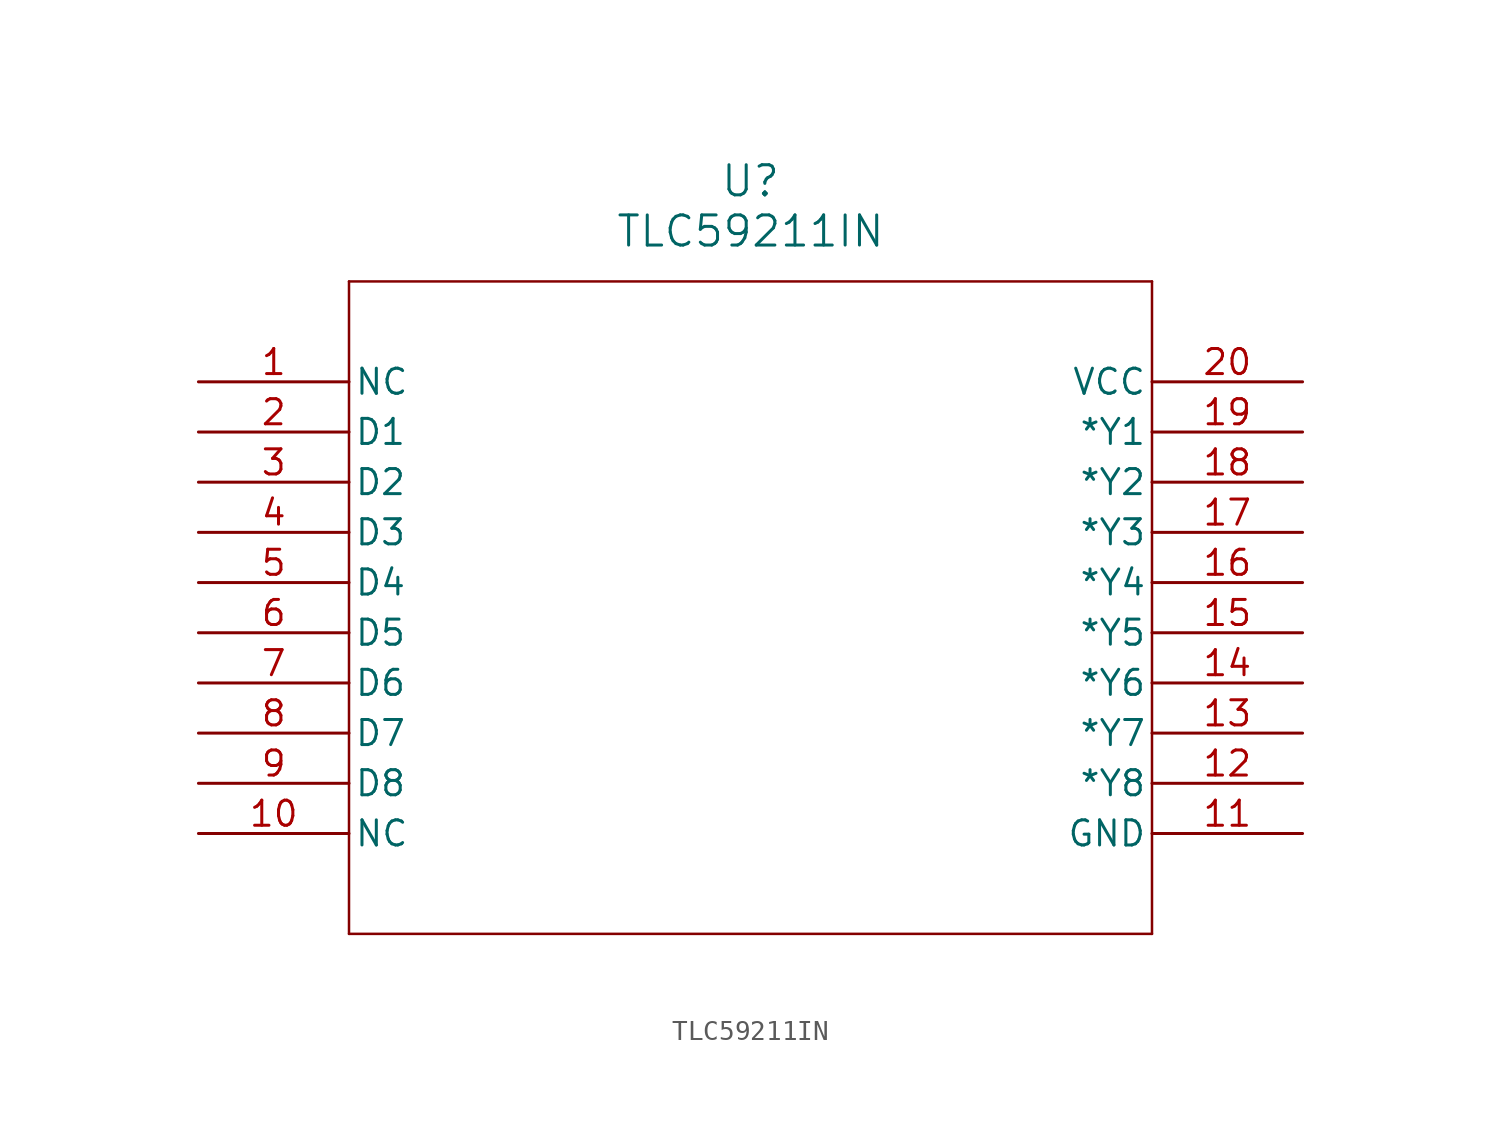
<source format=kicad_sym>
(kicad_symbol_lib
  (version 20211014)
  (generator kicad_symbol_editor)
  (symbol "TLC59211IN"
    (pin_names
      (offset 0.254))
    (property "Reference" "U"
      (at 27.94 10.16 0)
      (effects (font (size 1.524 1.524))))
    (property "Value" "TLC59211IN"
      (at 27.94 7.62 0)
      (effects (font (size 1.524 1.524))))
    (polyline
      (pts (xy 7.62 5.08) (xy 7.62 -27.94))
      (stroke (width 0.127) (type default) (color 0 0 0 0))
      (fill (type none)))
    (polyline
      (pts (xy 7.62 -27.94) (xy 48.26 -27.94))
      (stroke (width 0.127) (type default) (color 0 0 0 0))
      (fill (type none)))
    (polyline
      (pts (xy 48.26 -27.94) (xy 48.26 5.08))
      (stroke (width 0.127) (type default) (color 0 0 0 0))
      (fill (type none)))
    (polyline
      (pts (xy 48.26 5.08) (xy 7.62 5.08))
      (stroke (width 0.127) (type default) (color 0 0 0 0))
      (fill (type none)))
    (pin unspecified line
      (at 0 0 0)
      (length 7.62)
      (name "NC" (effects (font (size 1.27 1.27))))
      (number "1" (effects (font (size 1.27 1.27)))))
    (pin input line
      (at 0 -2.54 0)
      (length 7.62)
      (name "D1" (effects (font (size 1.27 1.27))))
      (number "2" (effects (font (size 1.27 1.27)))))
    (pin input line
      (at 0 -5.08 0)
      (length 7.62)
      (name "D2" (effects (font (size 1.27 1.27))))
      (number "3" (effects (font (size 1.27 1.27)))))
    (pin input line
      (at 0 -7.62 0)
      (length 7.62)
      (name "D3" (effects (font (size 1.27 1.27))))
      (number "4" (effects (font (size 1.27 1.27)))))
    (pin input line
      (at 0 -10.16 0)
      (length 7.62)
      (name "D4" (effects (font (size 1.27 1.27))))
      (number "5" (effects (font (size 1.27 1.27)))))
    (pin input line
      (at 0 -12.7 0)
      (length 7.62)
      (name "D5" (effects (font (size 1.27 1.27))))
      (number "6" (effects (font (size 1.27 1.27)))))
    (pin input line
      (at 0 -15.24 0)
      (length 7.62)
      (name "D6" (effects (font (size 1.27 1.27))))
      (number "7" (effects (font (size 1.27 1.27)))))
    (pin input line
      (at 0 -17.78 0)
      (length 7.62)
      (name "D7" (effects (font (size 1.27 1.27))))
      (number "8" (effects (font (size 1.27 1.27)))))
    (pin input line
      (at 0 -20.32 0)
      (length 7.62)
      (name "D8" (effects (font (size 1.27 1.27))))
      (number "9" (effects (font (size 1.27 1.27)))))
    (pin unspecified line
      (at 0 -22.86 0)
      (length 7.62)
      (name "NC" (effects (font (size 1.27 1.27))))
      (number "10" (effects (font (size 1.27 1.27)))))
    (pin power_in line
      (at 55.88 -22.86 180)
      (length 7.62)
      (name "GND" (effects (font (size 1.27 1.27))))
      (number "11" (effects (font (size 1.27 1.27)))))
    (pin output line
      (at 55.88 -20.32 180)
      (length 7.62)
      (name "*Y8" (effects (font (size 1.27 1.27))))
      (number "12" (effects (font (size 1.27 1.27)))))
    (pin output line
      (at 55.88 -17.78 180)
      (length 7.62)
      (name "*Y7" (effects (font (size 1.27 1.27))))
      (number "13" (effects (font (size 1.27 1.27)))))
    (pin output line
      (at 55.88 -15.24 180)
      (length 7.62)
      (name "*Y6" (effects (font (size 1.27 1.27))))
      (number "14" (effects (font (size 1.27 1.27)))))
    (pin output line
      (at 55.88 -12.7 180)
      (length 7.62)
      (name "*Y5" (effects (font (size 1.27 1.27))))
      (number "15" (effects (font (size 1.27 1.27)))))
    (pin output line
      (at 55.88 -10.16 180)
      (length 7.62)
      (name "*Y4" (effects (font (size 1.27 1.27))))
      (number "16" (effects (font (size 1.27 1.27)))))
    (pin output line
      (at 55.88 -7.62 180)
      (length 7.62)
      (name "*Y3" (effects (font (size 1.27 1.27))))
      (number "17" (effects (font (size 1.27 1.27)))))
    (pin output line
      (at 55.88 -5.08 180)
      (length 7.62)
      (name "*Y2" (effects (font (size 1.27 1.27))))
      (number "18" (effects (font (size 1.27 1.27)))))
    (pin output line
      (at 55.88 -2.54 180)
      (length 7.62)
      (name "*Y1" (effects (font (size 1.27 1.27))))
      (number "19" (effects (font (size 1.27 1.27)))))
    (pin power_in line
      (at 55.88 0 180)
      (length 7.62)
      (name "VCC" (effects (font (size 1.27 1.27))))
      (number "20" (effects (font (size 1.27 1.27)))))))
</source>
